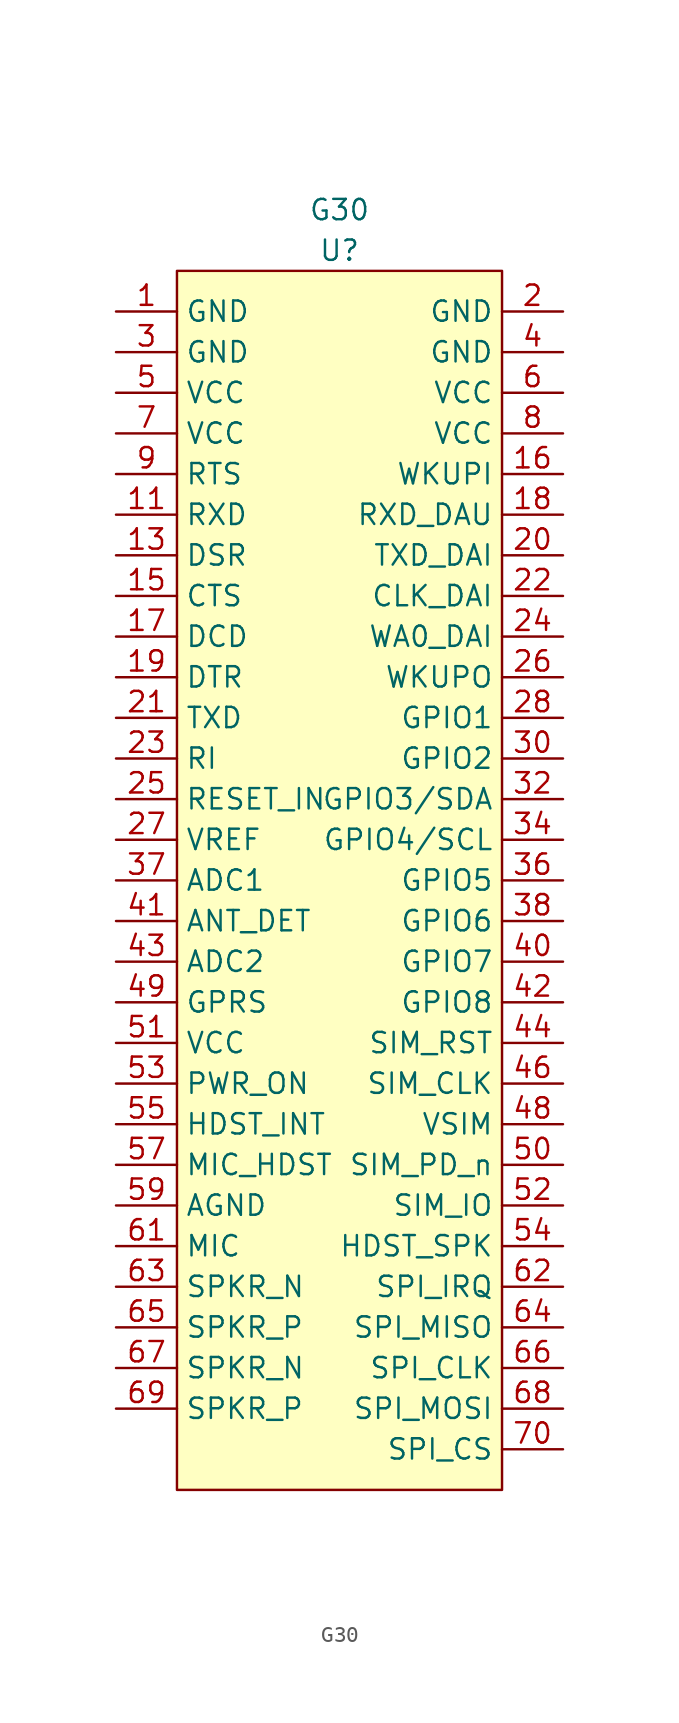
<source format=kicad_sym>
(kicad_symbol_lib
  (version 20211014)
  (generator kicad_symbol_editor)
  (symbol "G30"
    (property "Reference" "U"
      (at 0 0 0)
      (effects (font (size 1.27 1.27))))
    (property "Value" "G30"
      (at 0 2.54 0)
      (effects (font (size 1.27 1.27))))
    (symbol "G30_0_1"
      (rectangle (start -10.16 -1.27) (end 10.16 -77.47) (stroke (width 0) (type default) (color 0 0 0 0)) (fill (type background))))
    (symbol "G30_1_1"
      (pin passive line (at -13.97 -3.81 0) (length 3.81) (name "GND" (effects (font (size 1.27 1.27)))) (number "1" (effects (font (size 1.27 1.27)))))
      (pin output line (at -13.97 -16.51 0) (length 3.81) (name "RXD" (effects (font (size 1.27 1.27)))) (number "11" (effects (font (size 1.27 1.27)))))
      (pin output line (at -13.97 -19.05 0) (length 3.81) (name "DSR" (effects (font (size 1.27 1.27)))) (number "13" (effects (font (size 1.27 1.27)))))
      (pin output line (at -13.97 -21.59 0) (length 3.81) (name "CTS" (effects (font (size 1.27 1.27)))) (number "15" (effects (font (size 1.27 1.27)))))
      (pin input line (at 13.97 -13.97 180) (length 3.81) (name "WKUPI" (effects (font (size 1.27 1.27)))) (number "16" (effects (font (size 1.27 1.27)))))
      (pin output line (at -13.97 -24.13 0) (length 3.81) (name "DCD" (effects (font (size 1.27 1.27)))) (number "17" (effects (font (size 1.27 1.27)))))
      (pin input line (at 13.97 -16.51 180) (length 3.81) (name "RXD_DAU" (effects (font (size 1.27 1.27)))) (number "18" (effects (font (size 1.27 1.27)))))
      (pin input line (at -13.97 -26.67 0) (length 3.81) (name "DTR" (effects (font (size 1.27 1.27)))) (number "19" (effects (font (size 1.27 1.27)))))
      (pin passive line (at 13.97 -3.81 180) (length 3.81) (name "GND" (effects (font (size 1.27 1.27)))) (number "2" (effects (font (size 1.27 1.27)))))
      (pin output line (at 13.97 -19.05 180) (length 3.81) (name "TXD_DAI" (effects (font (size 1.27 1.27)))) (number "20" (effects (font (size 1.27 1.27)))))
      (pin input line (at -13.97 -29.21 0) (length 3.81) (name "TXD" (effects (font (size 1.27 1.27)))) (number "21" (effects (font (size 1.27 1.27)))))
      (pin output line (at 13.97 -21.59 180) (length 3.81) (name "CLK_DAI" (effects (font (size 1.27 1.27)))) (number "22" (effects (font (size 1.27 1.27)))))
      (pin output line (at -13.97 -31.75 0) (length 3.81) (name "RI" (effects (font (size 1.27 1.27)))) (number "23" (effects (font (size 1.27 1.27)))))
      (pin output line (at 13.97 -24.13 180) (length 3.81) (name "WA0_DAI" (effects (font (size 1.27 1.27)))) (number "24" (effects (font (size 1.27 1.27)))))
      (pin input line (at -13.97 -34.29 0) (length 3.81) (name "RESET_IN" (effects (font (size 1.27 1.27)))) (number "25" (effects (font (size 1.27 1.27)))))
      (pin output line (at 13.97 -26.67 180) (length 3.81) (name "WKUPO" (effects (font (size 1.27 1.27)))) (number "26" (effects (font (size 1.27 1.27)))))
      (pin output line (at -13.97 -36.83 0) (length 3.81) (name "VREF" (effects (font (size 1.27 1.27)))) (number "27" (effects (font (size 1.27 1.27)))))
      (pin bidirectional line (at 13.97 -29.21 180) (length 3.81) (name "GPIO1" (effects (font (size 1.27 1.27)))) (number "28" (effects (font (size 1.27 1.27)))))
      (pin passive line (at -13.97 -6.35 0) (length 3.81) (name "GND" (effects (font (size 1.27 1.27)))) (number "3" (effects (font (size 1.27 1.27)))))
      (pin bidirectional line (at 13.97 -31.75 180) (length 3.81) (name "GPIO2" (effects (font (size 1.27 1.27)))) (number "30" (effects (font (size 1.27 1.27)))))
      (pin bidirectional line (at 13.97 -34.29 180) (length 3.81) (name "GPIO3/SDA" (effects (font (size 1.27 1.27)))) (number "32" (effects (font (size 1.27 1.27)))))
      (pin bidirectional line (at 13.97 -36.83 180) (length 3.81) (name "GPIO4/SCL" (effects (font (size 1.27 1.27)))) (number "34" (effects (font (size 1.27 1.27)))))
      (pin bidirectional line (at 13.97 -39.37 180) (length 3.81) (name "GPIO5" (effects (font (size 1.27 1.27)))) (number "36" (effects (font (size 1.27 1.27)))))
      (pin input line (at -13.97 -39.37 0) (length 3.81) (name "ADC1" (effects (font (size 1.27 1.27)))) (number "37" (effects (font (size 1.27 1.27)))))
      (pin bidirectional line (at 13.97 -41.91 180) (length 3.81) (name "GPIO6" (effects (font (size 1.27 1.27)))) (number "38" (effects (font (size 1.27 1.27)))))
      (pin passive line (at 13.97 -6.35 180) (length 3.81) (name "GND" (effects (font (size 1.27 1.27)))) (number "4" (effects (font (size 1.27 1.27)))))
      (pin bidirectional line (at 13.97 -44.45 180) (length 3.81) (name "GPIO7" (effects (font (size 1.27 1.27)))) (number "40" (effects (font (size 1.27 1.27)))))
      (pin output line (at -13.97 -41.91 0) (length 3.81) (name "ANT_DET" (effects (font (size 1.27 1.27)))) (number "41" (effects (font (size 1.27 1.27)))))
      (pin bidirectional line (at 13.97 -46.99 180) (length 3.81) (name "GPIO8" (effects (font (size 1.27 1.27)))) (number "42" (effects (font (size 1.27 1.27)))))
      (pin input line (at -13.97 -44.45 0) (length 3.81) (name "ADC2" (effects (font (size 1.27 1.27)))) (number "43" (effects (font (size 1.27 1.27)))))
      (pin output line (at 13.97 -49.53 180) (length 3.81) (name "SIM_RST" (effects (font (size 1.27 1.27)))) (number "44" (effects (font (size 1.27 1.27)))))
      (pin output line (at 13.97 -52.07 180) (length 3.81) (name "SIM_CLK" (effects (font (size 1.27 1.27)))) (number "46" (effects (font (size 1.27 1.27)))))
      (pin output line (at 13.97 -54.61 180) (length 3.81) (name "VSIM" (effects (font (size 1.27 1.27)))) (number "48" (effects (font (size 1.27 1.27)))))
      (pin output line (at -13.97 -46.99 0) (length 3.81) (name "GPRS" (effects (font (size 1.27 1.27)))) (number "49" (effects (font (size 1.27 1.27)))))
      (pin passive line (at -13.97 -8.89 0) (length 3.81) (name "VCC" (effects (font (size 1.27 1.27)))) (number "5" (effects (font (size 1.27 1.27)))))
      (pin input line (at 13.97 -57.15 180) (length 3.81) (name "SIM_PD_n" (effects (font (size 1.27 1.27)))) (number "50" (effects (font (size 1.27 1.27)))))
      (pin input line (at -13.97 -49.53 0) (length 3.81) (name "VCC" (effects (font (size 1.27 1.27)))) (number "51" (effects (font (size 1.27 1.27)))))
      (pin bidirectional line (at 13.97 -59.69 180) (length 3.81) (name "SIM_IO" (effects (font (size 1.27 1.27)))) (number "52" (effects (font (size 1.27 1.27)))))
      (pin input line (at -13.97 -52.07 0) (length 3.81) (name "PWR_ON" (effects (font (size 1.27 1.27)))) (number "53" (effects (font (size 1.27 1.27)))))
      (pin output line (at 13.97 -62.23 180) (length 3.81) (name "HDST_SPK" (effects (font (size 1.27 1.27)))) (number "54" (effects (font (size 1.27 1.27)))))
      (pin input line (at -13.97 -54.61 0) (length 3.81) (name "HDST_INT" (effects (font (size 1.27 1.27)))) (number "55" (effects (font (size 1.27 1.27)))))
      (pin input line (at -13.97 -57.15 0) (length 3.81) (name "MIC_HDST" (effects (font (size 1.27 1.27)))) (number "57" (effects (font (size 1.27 1.27)))))
      (pin passive line (at -13.97 -59.69 0) (length 3.81) (name "AGND" (effects (font (size 1.27 1.27)))) (number "59" (effects (font (size 1.27 1.27)))))
      (pin passive line (at 13.97 -8.89 180) (length 3.81) (name "VCC" (effects (font (size 1.27 1.27)))) (number "6" (effects (font (size 1.27 1.27)))))
      (pin input line (at -13.97 -62.23 0) (length 3.81) (name "MIC" (effects (font (size 1.27 1.27)))) (number "61" (effects (font (size 1.27 1.27)))))
      (pin input line (at 13.97 -64.77 180) (length 3.81) (name "SPI_IRQ" (effects (font (size 1.27 1.27)))) (number "62" (effects (font (size 1.27 1.27)))))
      (pin output line (at -13.97 -64.77 0) (length 3.81) (name "SPKR_N" (effects (font (size 1.27 1.27)))) (number "63" (effects (font (size 1.27 1.27)))))
      (pin input line (at 13.97 -67.31 180) (length 3.81) (name "SPI_MISO" (effects (font (size 1.27 1.27)))) (number "64" (effects (font (size 1.27 1.27)))))
      (pin output line (at -13.97 -67.31 0) (length 3.81) (name "SPKR_P" (effects (font (size 1.27 1.27)))) (number "65" (effects (font (size 1.27 1.27)))))
      (pin output line (at 13.97 -69.85 180) (length 3.81) (name "SPI_CLK" (effects (font (size 1.27 1.27)))) (number "66" (effects (font (size 1.27 1.27)))))
      (pin output line (at -13.97 -69.85 0) (length 3.81) (name "SPKR_N" (effects (font (size 1.27 1.27)))) (number "67" (effects (font (size 1.27 1.27)))))
      (pin output line (at 13.97 -72.39 180) (length 3.81) (name "SPI_MOSI" (effects (font (size 1.27 1.27)))) (number "68" (effects (font (size 1.27 1.27)))))
      (pin output line (at -13.97 -72.39 0) (length 3.81) (name "SPKR_P" (effects (font (size 1.27 1.27)))) (number "69" (effects (font (size 1.27 1.27)))))
      (pin passive line (at -13.97 -11.43 0) (length 3.81) (name "VCC" (effects (font (size 1.27 1.27)))) (number "7" (effects (font (size 1.27 1.27)))))
      (pin output line (at 13.97 -74.93 180) (length 3.81) (name "SPI_CS" (effects (font (size 1.27 1.27)))) (number "70" (effects (font (size 1.27 1.27)))))
      (pin passive line (at 13.97 -11.43 180) (length 3.81) (name "VCC" (effects (font (size 1.27 1.27)))) (number "8" (effects (font (size 1.27 1.27)))))
      (pin input line (at -13.97 -13.97 0) (length 3.81) (name "RTS" (effects (font (size 1.27 1.27)))) (number "9" (effects (font (size 1.27 1.27))))))))
</source>
